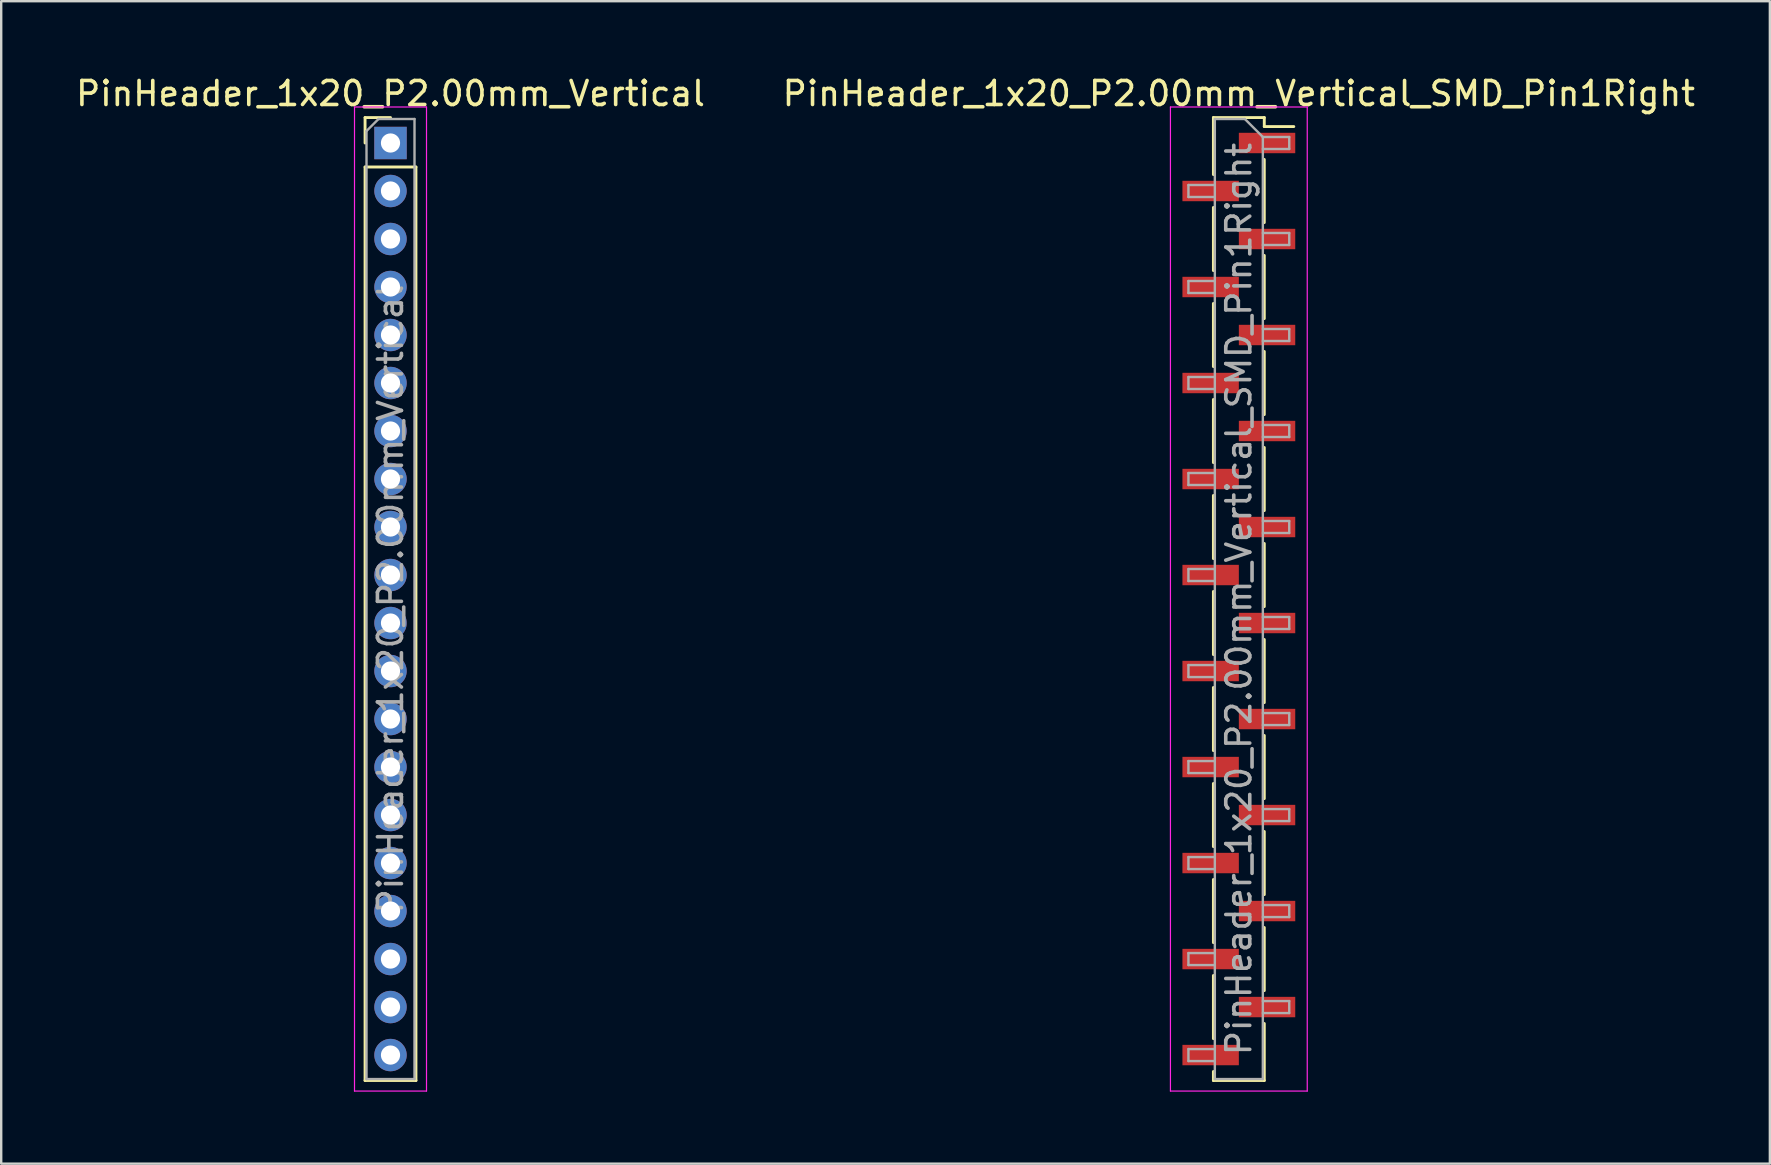
<source format=kicad_pcb>
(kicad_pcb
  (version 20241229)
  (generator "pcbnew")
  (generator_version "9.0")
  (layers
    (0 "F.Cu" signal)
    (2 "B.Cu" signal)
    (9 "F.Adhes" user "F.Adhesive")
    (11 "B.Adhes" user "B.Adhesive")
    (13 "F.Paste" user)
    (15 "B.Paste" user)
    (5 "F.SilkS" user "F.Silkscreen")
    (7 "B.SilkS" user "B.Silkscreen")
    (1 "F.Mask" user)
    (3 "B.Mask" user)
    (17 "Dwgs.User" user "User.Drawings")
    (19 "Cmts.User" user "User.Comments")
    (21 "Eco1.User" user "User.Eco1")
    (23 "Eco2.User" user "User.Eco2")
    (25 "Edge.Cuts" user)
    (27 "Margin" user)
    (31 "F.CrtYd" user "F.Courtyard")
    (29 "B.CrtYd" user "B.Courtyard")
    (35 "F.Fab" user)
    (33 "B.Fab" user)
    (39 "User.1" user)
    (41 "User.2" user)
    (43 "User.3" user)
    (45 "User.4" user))
  (footprint "PinHeader_1x20_P2.00mm_Vertical_SMD_Pin1Right"
    (layer "F.Cu")
    (at 48.565 21.908)
    (property "Reference" "PinHeader_1x20_P2.00mm_Vertical_SMD_Pin1Right" (at 0 -21.06 0) (layer "F.SilkS") (effects (font (size 1 1) (thickness 0.15))))
    (attr smd)
    (fp_line (start -1.06 -20.06) (end -1.06 -17.685) (stroke (width 0.12) (type solid)) (layer "F.SilkS"))
    (fp_line (start -1.06 -20.06) (end 1.06 -20.06) (stroke (width 0.12) (type solid)) (layer "F.SilkS"))
    (fp_line (start -1.06 -16.315) (end -1.06 -13.685) (stroke (width 0.12) (type solid)) (layer "F.SilkS"))
    (fp_line (start -1.06 -12.315) (end -1.06 -9.685) (stroke (width 0.12) (type solid)) (layer "F.SilkS"))
    (fp_line (start -1.06 -8.315) (end -1.06 -5.685) (stroke (width 0.12) (type solid)) (layer "F.SilkS"))
    (fp_line (start -1.06 -4.315) (end -1.06 -1.685) (stroke (width 0.12) (type solid)) (layer "F.SilkS"))
    (fp_line (start -1.06 -0.315) (end -1.06 2.315) (stroke (width 0.12) (type solid)) (layer "F.SilkS"))
    (fp_line (start -1.06 3.685) (end -1.06 6.315) (stroke (width 0.12) (type solid)) (layer "F.SilkS"))
    (fp_line (start -1.06 7.685) (end -1.06 10.315) (stroke (width 0.12) (type solid)) (layer "F.SilkS"))
    (fp_line (start -1.06 11.685) (end -1.06 14.315) (stroke (width 0.12) (type solid)) (layer "F.SilkS"))
    (fp_line (start -1.06 15.685) (end -1.06 18.315) (stroke (width 0.12) (type solid)) (layer "F.SilkS"))
    (fp_line (start -1.06 19.685) (end -1.06 20.06) (stroke (width 0.12) (type solid)) (layer "F.SilkS"))
    (fp_line (start -1.06 20.06) (end 1.06 20.06) (stroke (width 0.12) (type solid)) (layer "F.SilkS"))
    (fp_line (start 1.06 -20.06) (end 1.06 -19.685) (stroke (width 0.12) (type solid)) (layer "F.SilkS"))
    (fp_line (start 1.06 -19.685) (end 2.29 -19.685) (stroke (width 0.12) (type solid)) (layer "F.SilkS"))
    (fp_line (start 1.06 -18.315) (end 1.06 -15.685) (stroke (width 0.12) (type solid)) (layer "F.SilkS"))
    (fp_line (start 1.06 -14.315) (end 1.06 -11.685) (stroke (width 0.12) (type solid)) (layer "F.SilkS"))
    (fp_line (start 1.06 -10.315) (end 1.06 -7.685) (stroke (width 0.12) (type solid)) (layer "F.SilkS"))
    (fp_line (start 1.06 -6.315) (end 1.06 -3.685) (stroke (width 0.12) (type solid)) (layer "F.SilkS"))
    (fp_line (start 1.06 -2.315) (end 1.06 0.315) (stroke (width 0.12) (type solid)) (layer "F.SilkS"))
    (fp_line (start 1.06 1.685) (end 1.06 4.315) (stroke (width 0.12) (type solid)) (layer "F.SilkS"))
    (fp_line (start 1.06 5.685) (end 1.06 8.315) (stroke (width 0.12) (type solid)) (layer "F.SilkS"))
    (fp_line (start 1.06 9.685) (end 1.06 12.315) (stroke (width 0.12) (type solid)) (layer "F.SilkS"))
    (fp_line (start 1.06 13.685) (end 1.06 16.315) (stroke (width 0.12) (type solid)) (layer "F.SilkS"))
    (fp_line (start 1.06 17.685) (end 1.06 20.06) (stroke (width 0.12) (type solid)) (layer "F.SilkS"))
    (fp_line (start -2.85 -20.5) (end -2.85 20.5) (stroke (width 0.05) (type solid)) (layer "F.CrtYd"))
    (fp_line (start -2.85 20.5) (end 2.85 20.5) (stroke (width 0.05) (type solid)) (layer "F.CrtYd"))
    (fp_line (start 2.85 -20.5) (end -2.85 -20.5) (stroke (width 0.05) (type solid)) (layer "F.CrtYd"))
    (fp_line (start 2.85 20.5) (end 2.85 -20.5) (stroke (width 0.05) (type solid)) (layer "F.CrtYd"))
    (fp_line (start -2.1 -17.25) (end -2.1 -16.75) (stroke (width 0.1) (type solid)) (layer "F.Fab"))
    (fp_line (start -2.1 -16.75) (end -1 -16.75) (stroke (width 0.1) (type solid)) (layer "F.Fab"))
    (fp_line (start -2.1 -13.25) (end -2.1 -12.75) (stroke (width 0.1) (type solid)) (layer "F.Fab"))
    (fp_line (start -2.1 -12.75) (end -1 -12.75) (stroke (width 0.1) (type solid)) (layer "F.Fab"))
    (fp_line (start -2.1 -9.25) (end -2.1 -8.75) (stroke (width 0.1) (type solid)) (layer "F.Fab"))
    (fp_line (start -2.1 -8.75) (end -1 -8.75) (stroke (width 0.1) (type solid)) (layer "F.Fab"))
    (fp_line (start -2.1 -5.25) (end -2.1 -4.75) (stroke (width 0.1) (type solid)) (layer "F.Fab"))
    (fp_line (start -2.1 -4.75) (end -1 -4.75) (stroke (width 0.1) (type solid)) (layer "F.Fab"))
    (fp_line (start -2.1 -1.25) (end -2.1 -0.75) (stroke (width 0.1) (type solid)) (layer "F.Fab"))
    (fp_line (start -2.1 -0.75) (end -1 -0.75) (stroke (width 0.1) (type solid)) (layer "F.Fab"))
    (fp_line (start -2.1 2.75) (end -2.1 3.25) (stroke (width 0.1) (type solid)) (layer "F.Fab"))
    (fp_line (start -2.1 3.25) (end -1 3.25) (stroke (width 0.1) (type solid)) (layer "F.Fab"))
    (fp_line (start -2.1 6.75) (end -2.1 7.25) (stroke (width 0.1) (type solid)) (layer "F.Fab"))
    (fp_line (start -2.1 7.25) (end -1 7.25) (stroke (width 0.1) (type solid)) (layer "F.Fab"))
    (fp_line (start -2.1 10.75) (end -2.1 11.25) (stroke (width 0.1) (type solid)) (layer "F.Fab"))
    (fp_line (start -2.1 11.25) (end -1 11.25) (stroke (width 0.1) (type solid)) (layer "F.Fab"))
    (fp_line (start -2.1 14.75) (end -2.1 15.25) (stroke (width 0.1) (type solid)) (layer "F.Fab"))
    (fp_line (start -2.1 15.25) (end -1 15.25) (stroke (width 0.1) (type solid)) (layer "F.Fab"))
    (fp_line (start -2.1 18.75) (end -2.1 19.25) (stroke (width 0.1) (type solid)) (layer "F.Fab"))
    (fp_line (start -2.1 19.25) (end -1 19.25) (stroke (width 0.1) (type solid)) (layer "F.Fab"))
    (fp_line (start -1 -20) (end -1 20) (stroke (width 0.1) (type solid)) (layer "F.Fab"))
    (fp_line (start -1 -20) (end 0.25 -20) (stroke (width 0.1) (type solid)) (layer "F.Fab"))
    (fp_line (start -1 -17.25) (end -2.1 -17.25) (stroke (width 0.1) (type solid)) (layer "F.Fab"))
    (fp_line (start -1 -13.25) (end -2.1 -13.25) (stroke (width 0.1) (type solid)) (layer "F.Fab"))
    (fp_line (start -1 -9.25) (end -2.1 -9.25) (stroke (width 0.1) (type solid)) (layer "F.Fab"))
    (fp_line (start -1 -5.25) (end -2.1 -5.25) (stroke (width 0.1) (type solid)) (layer "F.Fab"))
    (fp_line (start -1 -1.25) (end -2.1 -1.25) (stroke (width 0.1) (type solid)) (layer "F.Fab"))
    (fp_line (start -1 2.75) (end -2.1 2.75) (stroke (width 0.1) (type solid)) (layer "F.Fab"))
    (fp_line (start -1 6.75) (end -2.1 6.75) (stroke (width 0.1) (type solid)) (layer "F.Fab"))
    (fp_line (start -1 10.75) (end -2.1 10.75) (stroke (width 0.1) (type solid)) (layer "F.Fab"))
    (fp_line (start -1 14.75) (end -2.1 14.75) (stroke (width 0.1) (type solid)) (layer "F.Fab"))
    (fp_line (start -1 18.75) (end -2.1 18.75) (stroke (width 0.1) (type solid)) (layer "F.Fab"))
    (fp_line (start 1 -19.25) (end 0.25 -20) (stroke (width 0.1) (type solid)) (layer "F.Fab"))
    (fp_line (start 1 -19.25) (end 2.1 -19.25) (stroke (width 0.1) (type solid)) (layer "F.Fab"))
    (fp_line (start 1 -15.25) (end 2.1 -15.25) (stroke (width 0.1) (type solid)) (layer "F.Fab"))
    (fp_line (start 1 -11.25) (end 2.1 -11.25) (stroke (width 0.1) (type solid)) (layer "F.Fab"))
    (fp_line (start 1 -7.25) (end 2.1 -7.25) (stroke (width 0.1) (type solid)) (layer "F.Fab"))
    (fp_line (start 1 -3.25) (end 2.1 -3.25) (stroke (width 0.1) (type solid)) (layer "F.Fab"))
    (fp_line (start 1 0.75) (end 2.1 0.75) (stroke (width 0.1) (type solid)) (layer "F.Fab"))
    (fp_line (start 1 4.75) (end 2.1 4.75) (stroke (width 0.1) (type solid)) (layer "F.Fab"))
    (fp_line (start 1 8.75) (end 2.1 8.75) (stroke (width 0.1) (type solid)) (layer "F.Fab"))
    (fp_line (start 1 12.75) (end 2.1 12.75) (stroke (width 0.1) (type solid)) (layer "F.Fab"))
    (fp_line (start 1 16.75) (end 2.1 16.75) (stroke (width 0.1) (type solid)) (layer "F.Fab"))
    (fp_line (start 1 20) (end -1 20) (stroke (width 0.1) (type solid)) (layer "F.Fab"))
    (fp_line (start 1 20) (end 1 -19.25) (stroke (width 0.1) (type solid)) (layer "F.Fab"))
    (fp_line (start 2.1 -19.25) (end 2.1 -18.75) (stroke (width 0.1) (type solid)) (layer "F.Fab"))
    (fp_line (start 2.1 -18.75) (end 1 -18.75) (stroke (width 0.1) (type solid)) (layer "F.Fab"))
    (fp_line (start 2.1 -15.25) (end 2.1 -14.75) (stroke (width 0.1) (type solid)) (layer "F.Fab"))
    (fp_line (start 2.1 -14.75) (end 1 -14.75) (stroke (width 0.1) (type solid)) (layer "F.Fab"))
    (fp_line (start 2.1 -11.25) (end 2.1 -10.75) (stroke (width 0.1) (type solid)) (layer "F.Fab"))
    (fp_line (start 2.1 -10.75) (end 1 -10.75) (stroke (width 0.1) (type solid)) (layer "F.Fab"))
    (fp_line (start 2.1 -7.25) (end 2.1 -6.75) (stroke (width 0.1) (type solid)) (layer "F.Fab"))
    (fp_line (start 2.1 -6.75) (end 1 -6.75) (stroke (width 0.1) (type solid)) (layer "F.Fab"))
    (fp_line (start 2.1 -3.25) (end 2.1 -2.75) (stroke (width 0.1) (type solid)) (layer "F.Fab"))
    (fp_line (start 2.1 -2.75) (end 1 -2.75) (stroke (width 0.1) (type solid)) (layer "F.Fab"))
    (fp_line (start 2.1 0.75) (end 2.1 1.25) (stroke (width 0.1) (type solid)) (layer "F.Fab"))
    (fp_line (start 2.1 1.25) (end 1 1.25) (stroke (width 0.1) (type solid)) (layer "F.Fab"))
    (fp_line (start 2.1 4.75) (end 2.1 5.25) (stroke (width 0.1) (type solid)) (layer "F.Fab"))
    (fp_line (start 2.1 5.25) (end 1 5.25) (stroke (width 0.1) (type solid)) (layer "F.Fab"))
    (fp_line (start 2.1 8.75) (end 2.1 9.25) (stroke (width 0.1) (type solid)) (layer "F.Fab"))
    (fp_line (start 2.1 9.25) (end 1 9.25) (stroke (width 0.1) (type solid)) (layer "F.Fab"))
    (fp_line (start 2.1 12.75) (end 2.1 13.25) (stroke (width 0.1) (type solid)) (layer "F.Fab"))
    (fp_line (start 2.1 13.25) (end 1 13.25) (stroke (width 0.1) (type solid)) (layer "F.Fab"))
    (fp_line (start 2.1 16.75) (end 2.1 17.25) (stroke (width 0.1) (type solid)) (layer "F.Fab"))
    (fp_line (start 2.1 17.25) (end 1 17.25) (stroke (width 0.1) (type solid)) (layer "F.Fab"))
    (fp_text user "${REFERENCE}" (at 0 0 90) (layer "F.Fab") (effects (font (size 1 1) (thickness 0.15))))
    (pad "1" smd rect (at 1.175 -19) (size 2.35 0.85) (layers "F.Cu" "F.Mask" "F.Paste"))
    (pad "2" smd rect (at -1.175 -17) (size 2.35 0.85) (layers "F.Cu" "F.Mask" "F.Paste"))
    (pad "3" smd rect (at 1.175 -15) (size 2.35 0.85) (layers "F.Cu" "F.Mask" "F.Paste"))
    (pad "4" smd rect (at -1.175 -13) (size 2.35 0.85) (layers "F.Cu" "F.Mask" "F.Paste"))
    (pad "5" smd rect (at 1.175 -11) (size 2.35 0.85) (layers "F.Cu" "F.Mask" "F.Paste"))
    (pad "6" smd rect (at -1.175 -9) (size 2.35 0.85) (layers "F.Cu" "F.Mask" "F.Paste"))
    (pad "7" smd rect (at 1.175 -7) (size 2.35 0.85) (layers "F.Cu" "F.Mask" "F.Paste"))
    (pad "8" smd rect (at -1.175 -5) (size 2.35 0.85) (layers "F.Cu" "F.Mask" "F.Paste"))
    (pad "9" smd rect (at 1.175 -3) (size 2.35 0.85) (layers "F.Cu" "F.Mask" "F.Paste"))
    (pad "10" smd rect (at -1.175 -1) (size 2.35 0.85) (layers "F.Cu" "F.Mask" "F.Paste"))
    (pad "11" smd rect (at 1.175 1) (size 2.35 0.85) (layers "F.Cu" "F.Mask" "F.Paste"))
    (pad "12" smd rect (at -1.175 3) (size 2.35 0.85) (layers "F.Cu" "F.Mask" "F.Paste"))
    (pad "13" smd rect (at 1.175 5) (size 2.35 0.85) (layers "F.Cu" "F.Mask" "F.Paste"))
    (pad "14" smd rect (at -1.175 7) (size 2.35 0.85) (layers "F.Cu" "F.Mask" "F.Paste"))
    (pad "15" smd rect (at 1.175 9) (size 2.35 0.85) (layers "F.Cu" "F.Mask" "F.Paste"))
    (pad "16" smd rect (at -1.175 11) (size 2.35 0.85) (layers "F.Cu" "F.Mask" "F.Paste"))
    (pad "17" smd rect (at 1.175 13) (size 2.35 0.85) (layers "F.Cu" "F.Mask" "F.Paste"))
    (pad "18" smd rect (at -1.175 15) (size 2.35 0.85) (layers "F.Cu" "F.Mask" "F.Paste"))
    (pad "19" smd rect (at 1.175 17) (size 2.35 0.85) (layers "F.Cu" "F.Mask" "F.Paste"))
    (pad "20" smd rect (at -1.175 19) (size 2.35 0.85) (layers "F.Cu" "F.Mask" "F.Paste")))
  (footprint "PinHeader_1x20_P2.00mm_Vertical"
    (layer "F.Cu")
    (at 13.22 2.908)
    (property "Reference" "PinHeader_1x20_P2.00mm_Vertical" (at 0 -2.06 0) (layer "F.SilkS") (effects (font (size 1 1) (thickness 0.15))))
    (attr through_hole)
    (fp_line (start -1.06 -1.06) (end 0 -1.06) (stroke (width 0.12) (type solid)) (layer "F.SilkS"))
    (fp_line (start -1.06 0) (end -1.06 -1.06) (stroke (width 0.12) (type solid)) (layer "F.SilkS"))
    (fp_line (start -1.06 1) (end -1.06 39.06) (stroke (width 0.12) (type solid)) (layer "F.SilkS"))
    (fp_line (start -1.06 1) (end 1.06 1) (stroke (width 0.12) (type solid)) (layer "F.SilkS"))
    (fp_line (start -1.06 39.06) (end 1.06 39.06) (stroke (width 0.12) (type solid)) (layer "F.SilkS"))
    (fp_line (start 1.06 1) (end 1.06 39.06) (stroke (width 0.12) (type solid)) (layer "F.SilkS"))
    (fp_line (start -1.5 -1.5) (end -1.5 39.5) (stroke (width 0.05) (type solid)) (layer "F.CrtYd"))
    (fp_line (start -1.5 39.5) (end 1.5 39.5) (stroke (width 0.05) (type solid)) (layer "F.CrtYd"))
    (fp_line (start 1.5 -1.5) (end -1.5 -1.5) (stroke (width 0.05) (type solid)) (layer "F.CrtYd"))
    (fp_line (start 1.5 39.5) (end 1.5 -1.5) (stroke (width 0.05) (type solid)) (layer "F.CrtYd"))
    (fp_line (start -1 -0.5) (end -0.5 -1) (stroke (width 0.1) (type solid)) (layer "F.Fab"))
    (fp_line (start -1 39) (end -1 -0.5) (stroke (width 0.1) (type solid)) (layer "F.Fab"))
    (fp_line (start -0.5 -1) (end 1 -1) (stroke (width 0.1) (type solid)) (layer "F.Fab"))
    (fp_line (start 1 -1) (end 1 39) (stroke (width 0.1) (type solid)) (layer "F.Fab"))
    (fp_line (start 1 39) (end -1 39) (stroke (width 0.1) (type solid)) (layer "F.Fab"))
    (fp_text user "${REFERENCE}" (at 0 19 90) (layer "F.Fab") (effects (font (size 1 1) (thickness 0.15))))
    (pad "1" thru_hole rect (at 0 0) (size 1.35 1.35) (drill 0.8) (layers "*.Cu" "*.Mask"))
    (pad "2" thru_hole oval (at 0 2) (size 1.35 1.35) (drill 0.8) (layers "*.Cu" "*.Mask"))
    (pad "3" thru_hole oval (at 0 4) (size 1.35 1.35) (drill 0.8) (layers "*.Cu" "*.Mask"))
    (pad "4" thru_hole oval (at 0 6) (size 1.35 1.35) (drill 0.8) (layers "*.Cu" "*.Mask"))
    (pad "5" thru_hole oval (at 0 8) (size 1.35 1.35) (drill 0.8) (layers "*.Cu" "*.Mask"))
    (pad "6" thru_hole oval (at 0 10) (size 1.35 1.35) (drill 0.8) (layers "*.Cu" "*.Mask"))
    (pad "7" thru_hole oval (at 0 12) (size 1.35 1.35) (drill 0.8) (layers "*.Cu" "*.Mask"))
    (pad "8" thru_hole oval (at 0 14) (size 1.35 1.35) (drill 0.8) (layers "*.Cu" "*.Mask"))
    (pad "9" thru_hole oval (at 0 16) (size 1.35 1.35) (drill 0.8) (layers "*.Cu" "*.Mask"))
    (pad "10" thru_hole oval (at 0 18) (size 1.35 1.35) (drill 0.8) (layers "*.Cu" "*.Mask"))
    (pad "11" thru_hole oval (at 0 20) (size 1.35 1.35) (drill 0.8) (layers "*.Cu" "*.Mask"))
    (pad "12" thru_hole oval (at 0 22) (size 1.35 1.35) (drill 0.8) (layers "*.Cu" "*.Mask"))
    (pad "13" thru_hole oval (at 0 24) (size 1.35 1.35) (drill 0.8) (layers "*.Cu" "*.Mask"))
    (pad "14" thru_hole oval (at 0 26) (size 1.35 1.35) (drill 0.8) (layers "*.Cu" "*.Mask"))
    (pad "15" thru_hole oval (at 0 28) (size 1.35 1.35) (drill 0.8) (layers "*.Cu" "*.Mask"))
    (pad "16" thru_hole oval (at 0 30) (size 1.35 1.35) (drill 0.8) (layers "*.Cu" "*.Mask"))
    (pad "17" thru_hole oval (at 0 32) (size 1.35 1.35) (drill 0.8) (layers "*.Cu" "*.Mask"))
    (pad "18" thru_hole oval (at 0 34) (size 1.35 1.35) (drill 0.8) (layers "*.Cu" "*.Mask"))
    (pad "19" thru_hole oval (at 0 36) (size 1.35 1.35) (drill 0.8) (layers "*.Cu" "*.Mask"))
    (pad "20" thru_hole oval (at 0 38) (size 1.35 1.35) (drill 0.8) (layers "*.Cu" "*.Mask")))
  (gr_rect
    (start -3 -3)
    (end 70.69 45.433)
    (stroke (width 0.1) (type default))
    (fill no)
    (layer "Edge.Cuts")))
</source>
